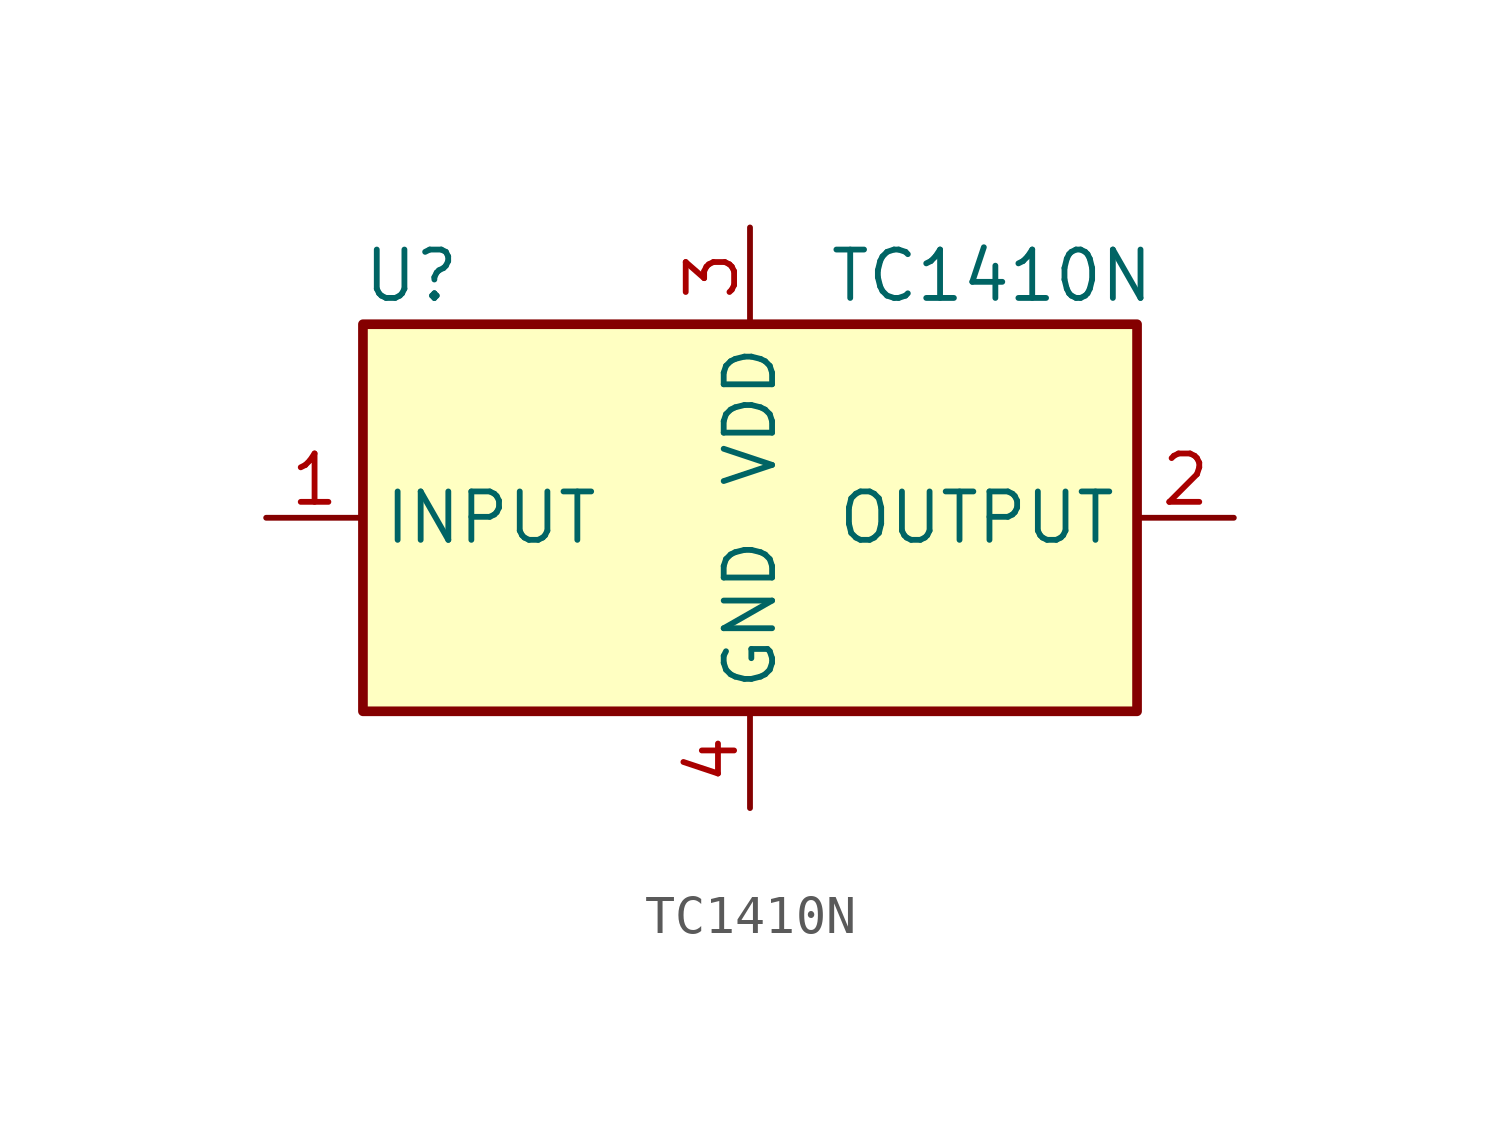
<source format=kicad_sym>
(kicad_symbol_lib
  (version 20211014)
  (generator kicad_symbol_editor)
  (symbol "TC1410N"
    (property "Reference" "U"
      (at -8.89 6.35 0)
      (effects (font (size 1.27 1.27))))
    (property "Value" "TC1410N"
      (at 6.35 6.35 0)
      (effects (font (size 1.27 1.27))))
    (symbol "TC1410N_0_1"
      (rectangle (start -10.16 5.08) (end 10.16 -5.08) (stroke (width 0.254) (type default) (color 0 0 0 0)) (fill (type background))))
    (symbol "TC1410N_1_1"
      (pin passive line (at -12.7 0 0) (length 2.54) (name "INPUT" (effects (font (size 1.27 1.27)))) (number "1" (effects (font (size 1.27 1.27)))))
      (pin passive line (at 12.7 0 180) (length 2.54) (name "OUTPUT" (effects (font (size 1.27 1.27)))) (number "2" (effects (font (size 1.27 1.27)))))
      (pin passive line (at 0 7.62 270) (length 2.54) (name "VDD" (effects (font (size 1.27 1.27)))) (number "3" (effects (font (size 1.27 1.27)))))
      (pin passive line (at 0 -7.62 90) (length 2.54) (name "GND" (effects (font (size 1.27 1.27)))) (number "4" (effects (font (size 1.27 1.27))))))))
</source>
